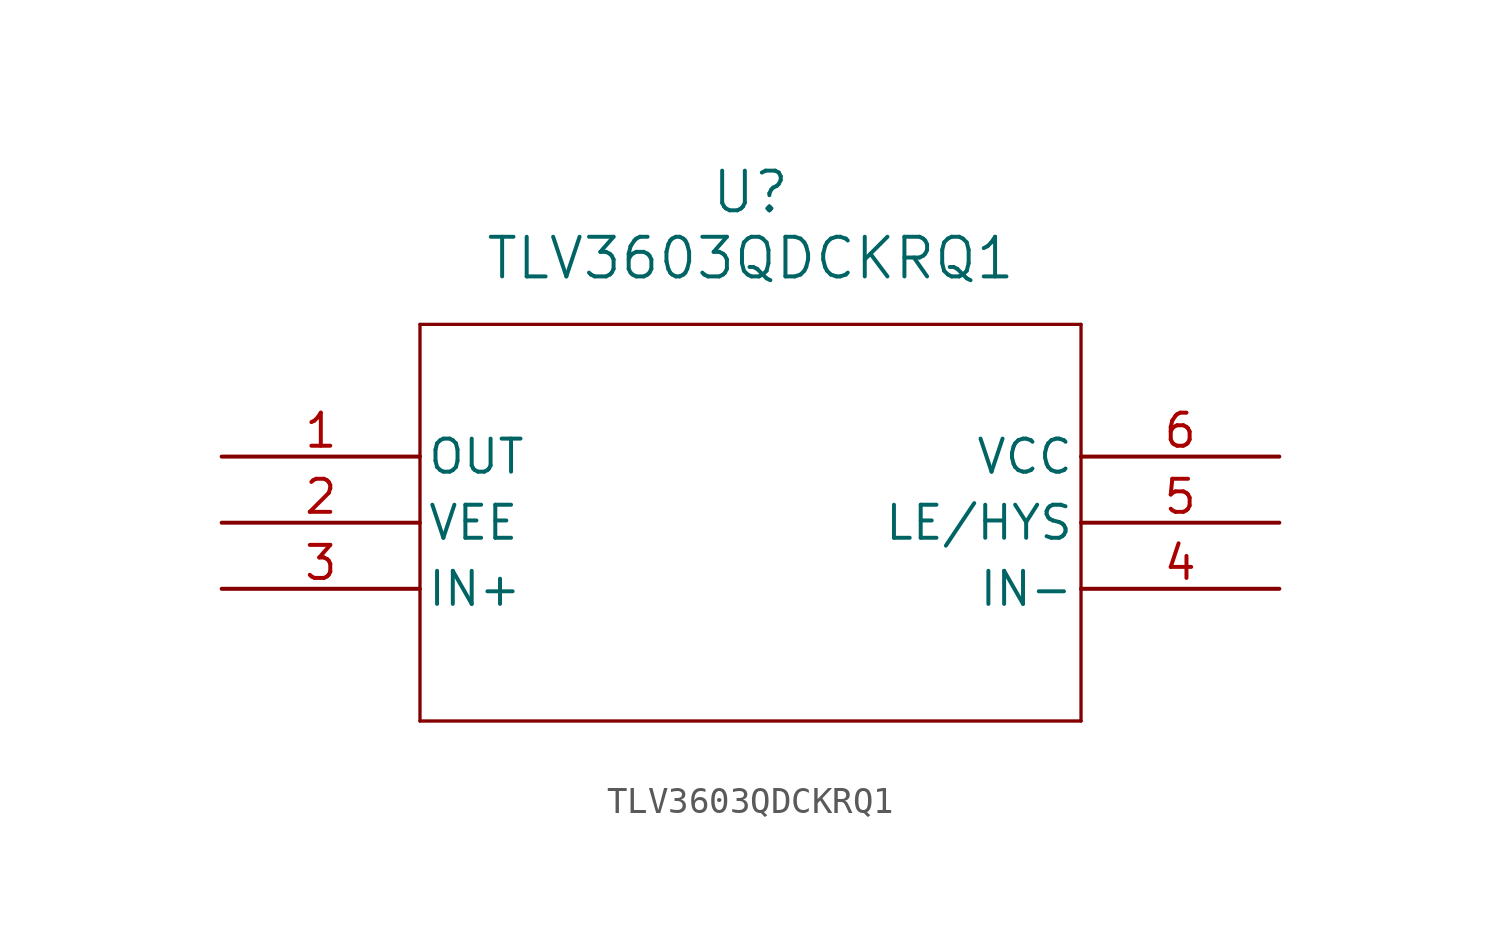
<source format=kicad_sym>
(kicad_symbol_lib
  (version 20211014)
  (generator kicad_symbol_editor)
  (symbol "TLV3603QDCKRQ1"
    (pin_names
      (offset 0.254))
    (property "Reference" "U"
      (at 20.32 10.16 0)
      (effects (font (size 1.524 1.524))))
    (property "Value" "TLV3603QDCKRQ1"
      (at 20.32 7.62 0)
      (effects (font (size 1.524 1.524))))
    (symbol "TLV3603QDCKRQ1_0_1"
      (polyline (pts (xy 7.62 5.08) (xy 7.62 -10.16)) (stroke (width 0.127) (type default) (color 0 0 0 0)) (fill (type none)))
      (polyline (pts (xy 7.62 -10.16) (xy 33.02 -10.16)) (stroke (width 0.127) (type default) (color 0 0 0 0)) (fill (type none)))
      (polyline (pts (xy 33.02 -10.16) (xy 33.02 5.08)) (stroke (width 0.127) (type default) (color 0 0 0 0)) (fill (type none)))
      (polyline (pts (xy 33.02 5.08) (xy 7.62 5.08)) (stroke (width 0.127) (type default) (color 0 0 0 0)) (fill (type none)))
      (pin output line (at 0 0 0) (length 7.62) (name "OUT" (effects (font (size 1.27 1.27)))) (number "1" (effects (font (size 1.27 1.27)))))
      (pin power_in line (at 0 -2.54 0) (length 7.62) (name "VEE" (effects (font (size 1.27 1.27)))) (number "2" (effects (font (size 1.27 1.27)))))
      (pin input line (at 0 -5.08 0) (length 7.62) (name "IN+" (effects (font (size 1.27 1.27)))) (number "3" (effects (font (size 1.27 1.27)))))
      (pin input line (at 40.64 -5.08 180) (length 7.62) (name "IN-" (effects (font (size 1.27 1.27)))) (number "4" (effects (font (size 1.27 1.27)))))
      (pin input line (at 40.64 -2.54 180) (length 7.62) (name "LE/HYS" (effects (font (size 1.27 1.27)))) (number "5" (effects (font (size 1.27 1.27)))))
      (pin power_in line (at 40.64 0 180) (length 7.62) (name "VCC" (effects (font (size 1.27 1.27)))) (number "6" (effects (font (size 1.27 1.27))))))))
</source>
